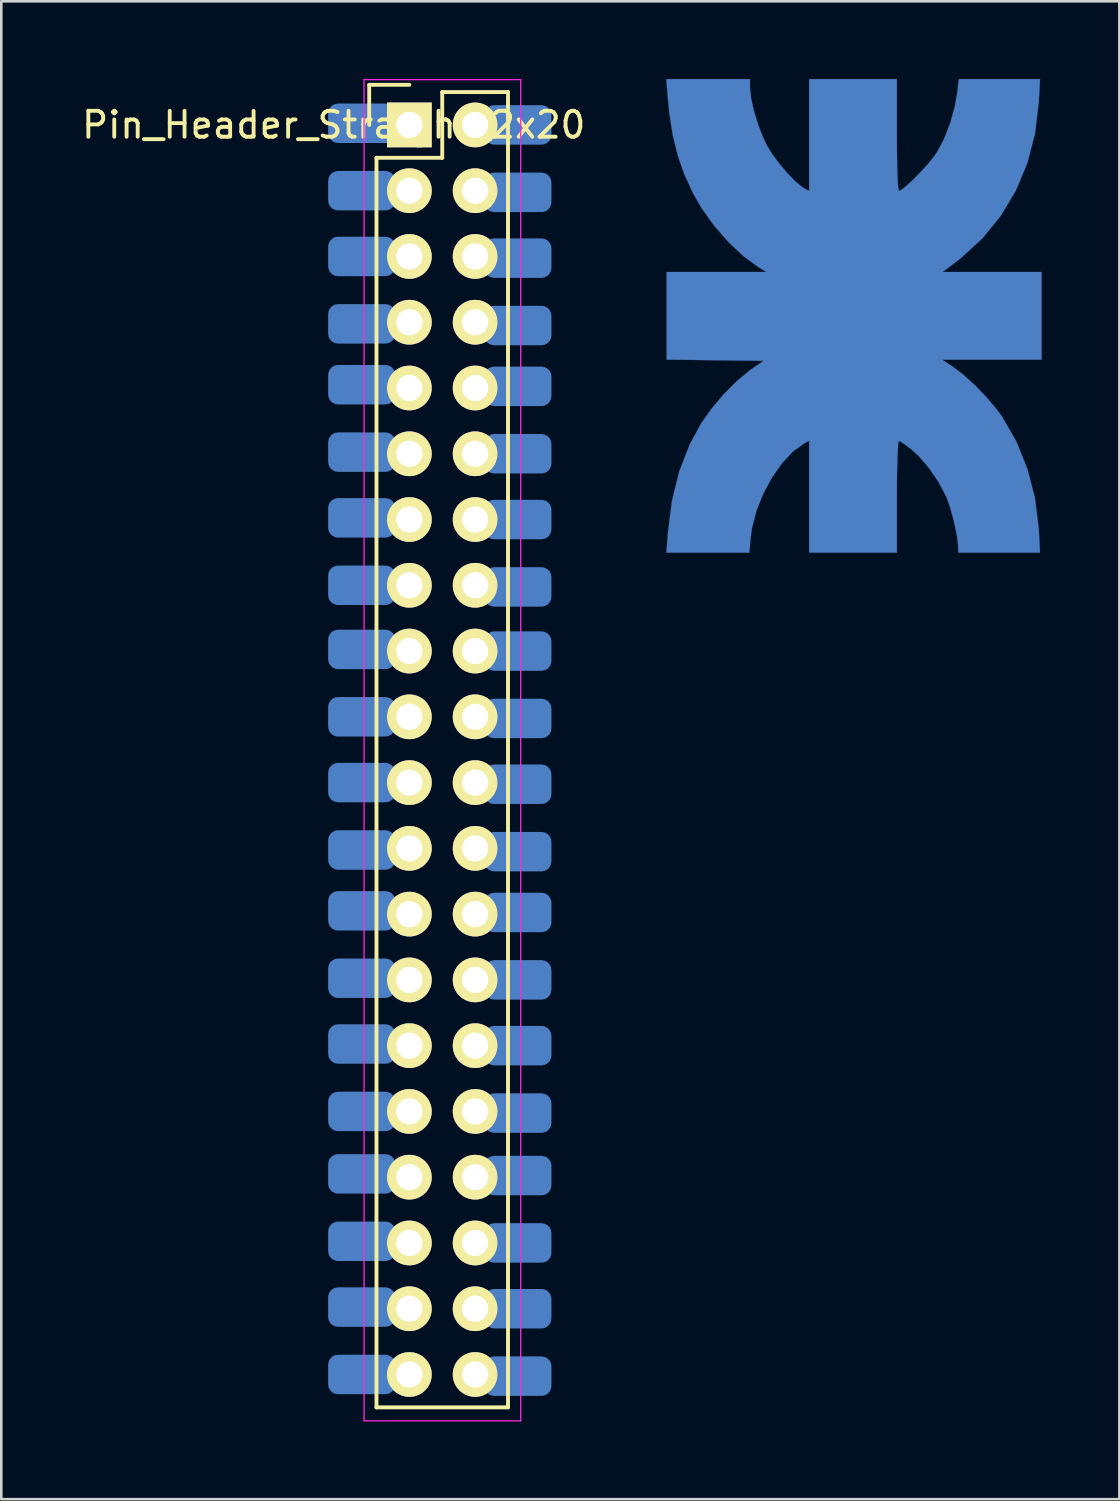
<source format=kicad_pcb>
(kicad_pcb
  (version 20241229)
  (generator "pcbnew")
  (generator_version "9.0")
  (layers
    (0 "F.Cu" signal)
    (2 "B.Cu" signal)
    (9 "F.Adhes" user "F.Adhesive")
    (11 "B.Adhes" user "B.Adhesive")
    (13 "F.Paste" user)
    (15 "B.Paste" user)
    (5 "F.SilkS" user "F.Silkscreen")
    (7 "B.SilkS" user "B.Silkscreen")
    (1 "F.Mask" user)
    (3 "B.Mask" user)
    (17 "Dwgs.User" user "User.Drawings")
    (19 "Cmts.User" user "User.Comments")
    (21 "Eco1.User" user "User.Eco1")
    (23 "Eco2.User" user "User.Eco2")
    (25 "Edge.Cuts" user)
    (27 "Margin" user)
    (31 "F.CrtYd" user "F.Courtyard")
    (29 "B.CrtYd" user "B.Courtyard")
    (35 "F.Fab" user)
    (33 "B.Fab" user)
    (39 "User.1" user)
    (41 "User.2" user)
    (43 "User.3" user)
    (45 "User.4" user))
  (footprint "rasp"
    (layer "F.Cu")
    (at 29.81 10.334)
    (property "Reference" "rasp" (at 0 0 0) (layer "B.Cu") (effects (font (size 1.524 1.524) (thickness 0.3))))
    (attr through_hole)
    (fp_poly (pts (xy -3.895 -10.004) (xy -3.855 -9.607) (xy -3.748 -9.118) (xy -3.589 -8.593) (xy -3.395 -8.088) (xy -3.248 -7.778) (xy -3.037 -7.433) (xy -2.76 -7.059) (xy -2.451 -6.695) (xy -2.145 -6.381) (xy -1.877 -6.157) (xy -1.785 -6.1) (xy -1.609 -6.005) (xy -1.609 -10.329) (xy 1.778 -10.329) (xy 1.778 -8.17) (xy 1.781 -7.512) (xy 1.79 -6.955) (xy 1.804 -6.512) (xy 1.822 -6.201) (xy 1.845 -6.035) (xy 1.858 -6.011) (xy 1.98 -6.072) (xy 2.181 -6.234) (xy 2.431 -6.468) (xy 2.702 -6.744) (xy 2.965 -7.034) (xy 3.19 -7.309) (xy 3.317 -7.486) (xy 3.597 -8.007) (xy 3.84 -8.63) (xy 4.022 -9.286) (xy 4.111 -9.807) (xy 4.171 -10.329) (xy 7.307 -10.329) (xy 7.257 -9.419) (xy 7.112 -8.222) (xy 6.817 -7.089) (xy 6.377 -6.032) (xy 5.797 -5.058) (xy 5.082 -4.179) (xy 4.236 -3.403) (xy 4.034 -3.247) (xy 3.537 -2.879) (xy 7.366 -2.879) (xy 7.366 0.508) (xy 3.527 0.508) (xy 3.944 0.782) (xy 4.348 1.09) (xy 4.795 1.497) (xy 5.238 1.956) (xy 5.632 2.423) (xy 5.837 2.701) (xy 6.391 3.664) (xy 6.818 4.721) (xy 7.109 5.844) (xy 7.254 7.009) (xy 7.257 7.048) (xy 7.307 7.959) (xy 4.149 7.959) (xy 4.149 7.743) (xy 4.121 7.444) (xy 4.049 7.045) (xy 3.945 6.604) (xy 3.824 6.18) (xy 3.7 5.831) (xy 3.681 5.787) (xy 3.392 5.238) (xy 3.028 4.703) (xy 2.631 4.237) (xy 2.343 3.974) (xy 2.114 3.8) (xy 1.935 3.68) (xy 1.852 3.641) (xy 1.832 3.722) (xy 1.814 3.949) (xy 1.799 4.302) (xy 1.787 4.756) (xy 1.78 5.29) (xy 1.778 5.8) (xy 1.778 7.959) (xy -1.609 7.959) (xy -1.609 3.635) (xy -1.785 3.729) (xy -2.228 4.046) (xy -2.654 4.5) (xy -3.046 5.057) (xy -3.383 5.684) (xy -3.647 6.348) (xy -3.82 7.016) (xy -3.87 7.387) (xy -3.919 7.959) (xy -7.121 7.959) (xy -7.066 7.218) (xy -6.908 5.964) (xy -6.625 4.817) (xy -6.214 3.767) (xy -5.78 2.97) (xy -5.382 2.404) (xy -4.908 1.842) (xy -4.401 1.332) (xy -3.907 0.924) (xy -3.84 0.877) (xy -3.366 0.55) (xy -5.239 0.528) (xy -7.112 0.505) (xy -7.112 -2.879) (xy -5.186 -2.879) (xy -3.26 -2.879) (xy -3.556 -3.06) (xy -4.137 -3.482) (xy -4.721 -4.029) (xy -5.274 -4.663) (xy -5.762 -5.345) (xy -6.102 -5.938) (xy -6.434 -6.666) (xy -6.687 -7.39) (xy -6.874 -8.154) (xy -7.007 -9.007) (xy -7.073 -9.673) (xy -7.126 -10.329) (xy -3.895 -10.329) (xy -3.895 -10.004)) (stroke (width 0.01) (type solid)) (fill yes) (layer "B.Cu")))
  (footprint "Pin_Header_Straight_2x20"
    (layer "F.Cu")
    (at 14.03 25.905)
    (property "Reference" "Pin_Header_Straight_2x20" (at -4.191 -24.13 180) (layer "F.SilkS") (effects (font (size 1 1) (thickness 0.15))))
    (attr through_hole)
    (fp_line (start -2.82 -25.68) (end -2.82 -24.13) (stroke (width 0.15) (type solid)) (layer "F.SilkS"))
    (fp_line (start -2.54 -22.86) (end -2.54 25.4) (stroke (width 0.15) (type solid)) (layer "F.SilkS"))
    (fp_line (start -1.27 -25.68) (end -2.82 -25.68) (stroke (width 0.15) (type solid)) (layer "F.SilkS"))
    (fp_line (start 0 -25.4) (end 0 -22.86) (stroke (width 0.15) (type solid)) (layer "F.SilkS"))
    (fp_line (start 0 -22.86) (end -2.54 -22.86) (stroke (width 0.15) (type solid)) (layer "F.SilkS"))
    (fp_line (start 2.54 -25.4) (end 0 -25.4) (stroke (width 0.15) (type solid)) (layer "F.SilkS"))
    (fp_line (start 2.54 25.4) (end -2.54 25.4) (stroke (width 0.15) (type solid)) (layer "F.SilkS"))
    (fp_line (start 2.54 25.4) (end 2.54 -25.4) (stroke (width 0.15) (type solid)) (layer "F.SilkS"))
    (fp_line (start -3.02 -25.88) (end -3.02 25.92) (stroke (width 0.05) (type solid)) (layer "F.CrtYd"))
    (fp_line (start -3.02 -25.88) (end 3.03 -25.88) (stroke (width 0.05) (type solid)) (layer "F.CrtYd"))
    (fp_line (start -3.02 25.92) (end 3.03 25.92) (stroke (width 0.05) (type solid)) (layer "F.CrtYd"))
    (fp_line (start 3.03 -25.88) (end 3.03 25.92) (stroke (width 0.05) (type solid)) (layer "F.CrtYd"))
    (pad "1" smd roundrect (at -3.111 -24.194) (size 2.591 1.524) (layers "B.Cu") (roundrect_rratio 0.25))
    (pad "1" thru_hole rect (at -1.27 -24.13) (size 1.727 1.727) (drill 1.016) (layers "*.Cu" "*.Mask" "F.SilkS"))
    (pad "2" thru_hole oval (at 1.27 -24.13) (size 1.727 1.727) (drill 1.016) (layers "*.Cu" "*.Mask" "F.SilkS"))
    (pad "2" smd roundrect (at 2.921 -24.13) (size 2.591 1.524) (layers "B.Cu") (roundrect_rratio 0.25))
    (pad "3" smd roundrect (at -3.111 -21.59) (size 2.591 1.524) (layers "B.Cu") (roundrect_rratio 0.25))
    (pad "3" thru_hole oval (at -1.27 -21.59) (size 1.727 1.727) (drill 1.016) (layers "*.Cu" "*.Mask" "F.SilkS"))
    (pad "4" thru_hole oval (at 1.27 -21.59) (size 1.727 1.727) (drill 1.016) (layers "*.Cu" "*.Mask" "F.SilkS"))
    (pad "4" smd roundrect (at 2.921 -21.526) (size 2.591 1.524) (layers "B.Cu") (roundrect_rratio 0.25))
    (pad "5" smd roundrect (at -3.111 -19.05) (size 2.591 1.524) (layers "B.Cu") (roundrect_rratio 0.25))
    (pad "5" thru_hole oval (at -1.27 -19.05) (size 1.727 1.727) (drill 1.016) (layers "*.Cu" "*.Mask" "F.SilkS"))
    (pad "6" thru_hole oval (at 1.27 -19.05) (size 1.727 1.727) (drill 1.016) (layers "*.Cu" "*.Mask" "F.SilkS"))
    (pad "6" smd roundrect (at 2.921 -18.986) (size 2.591 1.524) (layers "B.Cu") (roundrect_rratio 0.25))
    (pad "7" smd roundrect (at -3.111 -16.447) (size 2.591 1.524) (layers "B.Cu") (roundrect_rratio 0.25))
    (pad "7" thru_hole oval (at -1.27 -16.51) (size 1.727 1.727) (drill 1.016) (layers "*.Cu" "*.Mask" "F.SilkS"))
    (pad "8" thru_hole oval (at 1.27 -16.51) (size 1.727 1.727) (drill 1.016) (layers "*.Cu" "*.Mask" "F.SilkS"))
    (pad "8" smd roundrect (at 2.921 -16.383) (size 2.591 1.524) (layers "B.Cu") (roundrect_rratio 0.25))
    (pad "9" smd roundrect (at -3.111 -14.097) (size 2.591 1.524) (layers "B.Cu") (roundrect_rratio 0.25))
    (pad "9" thru_hole oval (at -1.27 -13.97) (size 1.727 1.727) (drill 1.016) (layers "*.Cu" "*.Mask" "F.SilkS"))
    (pad "10" thru_hole oval (at 1.27 -13.97) (size 1.727 1.727) (drill 1.016) (layers "*.Cu" "*.Mask" "F.SilkS"))
    (pad "10" smd roundrect (at 2.921 -14.034) (size 2.591 1.524) (layers "B.Cu") (roundrect_rratio 0.25))
    (pad "11" smd roundrect (at -3.111 -11.493) (size 2.591 1.524) (layers "B.Cu") (roundrect_rratio 0.25))
    (pad "11" thru_hole oval (at -1.27 -11.43) (size 1.727 1.727) (drill 1.016) (layers "*.Cu" "*.Mask" "F.SilkS"))
    (pad "12" thru_hole oval (at 1.27 -11.43) (size 1.727 1.727) (drill 1.016) (layers "*.Cu" "*.Mask" "F.SilkS"))
    (pad "12" smd roundrect (at 2.921 -11.43) (size 2.591 1.524) (layers "B.Cu") (roundrect_rratio 0.25))
    (pad "13" smd roundrect (at -3.111 -8.954) (size 2.591 1.524) (layers "B.Cu") (roundrect_rratio 0.25))
    (pad "13" thru_hole oval (at -1.27 -8.89) (size 1.727 1.727) (drill 1.016) (layers "*.Cu" "*.Mask" "F.SilkS"))
    (pad "14" thru_hole oval (at 1.27 -8.89) (size 1.727 1.727) (drill 1.016) (layers "*.Cu" "*.Mask" "F.SilkS"))
    (pad "14" smd roundrect (at 2.921 -8.89) (size 2.591 1.524) (layers "B.Cu") (roundrect_rratio 0.25))
    (pad "15" smd roundrect (at -3.111 -6.35) (size 2.591 1.524) (layers "B.Cu") (roundrect_rratio 0.25))
    (pad "15" thru_hole oval (at -1.27 -6.35) (size 1.727 1.727) (drill 1.016) (layers "*.Cu" "*.Mask" "F.SilkS"))
    (pad "16" thru_hole oval (at 1.27 -6.35) (size 1.727 1.727) (drill 1.016) (layers "*.Cu" "*.Mask" "F.SilkS"))
    (pad "16" smd roundrect (at 2.921 -6.287) (size 2.591 1.524) (layers "B.Cu") (roundrect_rratio 0.25))
    (pad "17" smd roundrect (at -3.111 -3.873) (size 2.591 1.524) (layers "B.Cu") (roundrect_rratio 0.25))
    (pad "17" thru_hole oval (at -1.27 -3.81) (size 1.727 1.727) (drill 1.016) (layers "*.Cu" "*.Mask" "F.SilkS"))
    (pad "18" thru_hole oval (at 1.27 -3.81) (size 1.727 1.727) (drill 1.016) (layers "*.Cu" "*.Mask" "F.SilkS"))
    (pad "18" smd roundrect (at 2.921 -3.81) (size 2.591 1.524) (layers "B.Cu") (roundrect_rratio 0.25))
    (pad "19" smd roundrect (at -3.111 -1.27) (size 2.591 1.524) (layers "B.Cu") (roundrect_rratio 0.25))
    (pad "19" thru_hole oval (at -1.27 -1.27) (size 1.727 1.727) (drill 1.016) (layers "*.Cu" "*.Mask" "F.SilkS"))
    (pad "20" thru_hole oval (at 1.27 -1.27) (size 1.727 1.727) (drill 1.016) (layers "*.Cu" "*.Mask" "F.SilkS"))
    (pad "20" smd roundrect (at 2.921 -1.206) (size 2.591 1.524) (layers "B.Cu") (roundrect_rratio 0.25))
    (pad "21" smd roundrect (at -3.111 1.27) (size 2.591 1.524) (layers "B.Cu") (roundrect_rratio 0.25))
    (pad "21" thru_hole oval (at -1.27 1.27) (size 1.727 1.727) (drill 1.016) (layers "*.Cu" "*.Mask" "F.SilkS"))
    (pad "22" thru_hole oval (at 1.27 1.27) (size 1.727 1.727) (drill 1.016) (layers "*.Cu" "*.Mask" "F.SilkS"))
    (pad "22" smd roundrect (at 2.921 1.333) (size 2.591 1.524) (layers "B.Cu") (roundrect_rratio 0.25))
    (pad "23" smd roundrect (at -3.111 3.873) (size 2.591 1.524) (layers "B.Cu") (roundrect_rratio 0.25))
    (pad "23" thru_hole oval (at -1.27 3.81) (size 1.727 1.727) (drill 1.016) (layers "*.Cu" "*.Mask" "F.SilkS"))
    (pad "24" thru_hole oval (at 1.27 3.81) (size 1.727 1.727) (drill 1.016) (layers "*.Cu" "*.Mask" "F.SilkS"))
    (pad "24" smd roundrect (at 2.921 3.937) (size 2.591 1.524) (layers "B.Cu") (roundrect_rratio 0.25))
    (pad "25" smd roundrect (at -3.111 6.223) (size 2.591 1.524) (layers "B.Cu") (roundrect_rratio 0.25))
    (pad "25" thru_hole oval (at -1.27 6.35) (size 1.727 1.727) (drill 1.016) (layers "*.Cu" "*.Mask" "F.SilkS"))
    (pad "26" thru_hole oval (at 1.27 6.35) (size 1.727 1.727) (drill 1.016) (layers "*.Cu" "*.Mask" "F.SilkS"))
    (pad "26" smd roundrect (at 2.921 6.287) (size 2.591 1.524) (layers "B.Cu") (roundrect_rratio 0.25))
    (pad "27" smd roundrect (at -3.111 8.826) (size 2.591 1.524) (layers "B.Cu") (roundrect_rratio 0.25))
    (pad "27" thru_hole oval (at -1.27 8.89) (size 1.727 1.727) (drill 1.016) (layers "*.Cu" "*.Mask" "F.SilkS"))
    (pad "28" thru_hole oval (at 1.27 8.89) (size 1.727 1.727) (drill 1.016) (layers "*.Cu" "*.Mask" "F.SilkS"))
    (pad "28" smd roundrect (at 2.921 8.89) (size 2.591 1.524) (layers "B.Cu") (roundrect_rratio 0.25))
    (pad "29" smd roundrect (at -3.111 11.367) (size 2.591 1.524) (layers "B.Cu") (roundrect_rratio 0.25))
    (pad "29" thru_hole oval (at -1.27 11.43) (size 1.727 1.727) (drill 1.016) (layers "*.Cu" "*.Mask" "F.SilkS"))
    (pad "30" thru_hole oval (at 1.27 11.43) (size 1.727 1.727) (drill 1.016) (layers "*.Cu" "*.Mask" "F.SilkS"))
    (pad "30" smd roundrect (at 2.921 11.43) (size 2.591 1.524) (layers "B.Cu") (roundrect_rratio 0.25))
    (pad "31" smd roundrect (at -3.111 13.97) (size 2.591 1.524) (layers "B.Cu") (roundrect_rratio 0.25))
    (pad "31" thru_hole oval (at -1.27 13.97) (size 1.727 1.727) (drill 1.016) (layers "*.Cu" "*.Mask" "F.SilkS"))
    (pad "32" thru_hole oval (at 1.27 13.97) (size 1.727 1.727) (drill 1.016) (layers "*.Cu" "*.Mask" "F.SilkS"))
    (pad "32" smd roundrect (at 2.921 14.034) (size 2.591 1.524) (layers "B.Cu") (roundrect_rratio 0.25))
    (pad "33" smd roundrect (at -3.111 16.383) (size 2.591 1.524) (layers "B.Cu") (roundrect_rratio 0.25))
    (pad "33" thru_hole oval (at -1.27 16.51) (size 1.727 1.727) (drill 1.016) (layers "*.Cu" "*.Mask" "F.SilkS"))
    (pad "34" thru_hole oval (at 1.27 16.51) (size 1.727 1.727) (drill 1.016) (layers "*.Cu" "*.Mask" "F.SilkS"))
    (pad "34" smd roundrect (at 2.921 16.447) (size 2.591 1.524) (layers "B.Cu") (roundrect_rratio 0.25))
    (pad "35" smd roundrect (at -3.111 18.986) (size 2.591 1.524) (layers "B.Cu") (roundrect_rratio 0.25))
    (pad "35" thru_hole oval (at -1.27 19.05) (size 1.727 1.727) (drill 1.016) (layers "*.Cu" "*.Mask" "F.SilkS"))
    (pad "36" thru_hole oval (at 1.27 19.05) (size 1.727 1.727) (drill 1.016) (layers "*.Cu" "*.Mask" "F.SilkS"))
    (pad "36" smd roundrect (at 2.921 19.05) (size 2.591 1.524) (layers "B.Cu") (roundrect_rratio 0.25))
    (pad "37" smd roundrect (at -3.111 21.526) (size 2.591 1.524) (layers "B.Cu") (roundrect_rratio 0.25))
    (pad "37" thru_hole oval (at -1.27 21.59) (size 1.727 1.727) (drill 1.016) (layers "*.Cu" "*.Mask" "F.SilkS"))
    (pad "38" thru_hole oval (at 1.27 21.59) (size 1.727 1.727) (drill 1.016) (layers "*.Cu" "*.Mask" "F.SilkS"))
    (pad "38" smd roundrect (at 2.921 21.59) (size 2.591 1.524) (layers "B.Cu") (roundrect_rratio 0.25))
    (pad "39" smd roundrect (at -3.111 24.13) (size 2.591 1.524) (layers "B.Cu") (roundrect_rratio 0.25))
    (pad "39" thru_hole oval (at -1.27 24.13) (size 1.727 1.727) (drill 1.016) (layers "*.Cu" "*.Mask" "F.SilkS"))
    (pad "40" thru_hole oval (at 1.27 24.13) (size 1.727 1.727) (drill 1.016) (layers "*.Cu" "*.Mask" "F.SilkS"))
    (pad "40" smd roundrect (at 2.921 24.194) (size 2.591 1.524) (layers "B.Cu") (roundrect_rratio 0.25)))
  (gr_rect
    (start -3 -3)
    (end 40.181 54.85)
    (stroke (width 0.1) (type default))
    (fill no)
    (layer "Edge.Cuts")))
</source>
